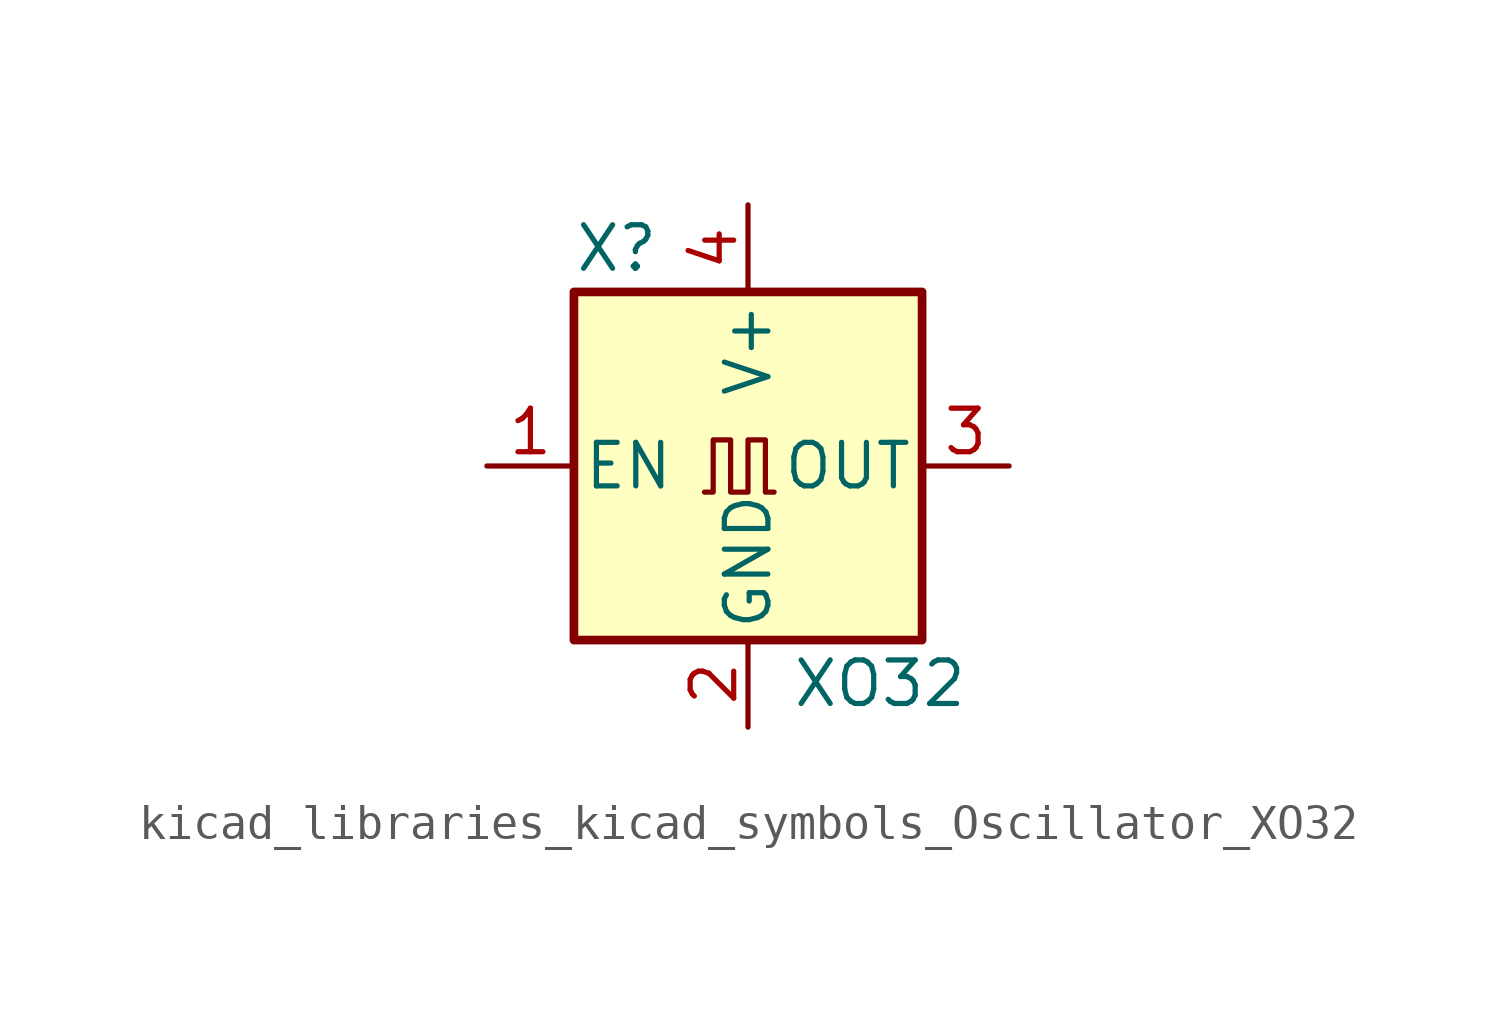
<source format=kicad_sym>
(kicad_symbol_lib
  (version 20220914)
  (generator kicad_symbol_editor)
  (symbol "kicad_libraries_kicad_symbols_Oscillator_XO32"
    (pin_names
      (offset 0.254))
    (property "Reference" "X"
      (at -5.08 6.35 0)
      (effects (font (size 1.27 1.27)) (justify left)))
    (property "Value" "XO32"
      (at 1.27 -6.35 0)
      (effects (font (size 1.27 1.27)) (justify left)))
    (symbol "kicad_libraries_kicad_symbols_Oscillator_XO32_0_1"
      (rectangle (start -5.08 5.08) (end 5.08 -5.08) (stroke (width 0.254) (type default)) (fill (type background)))
      (polyline (pts (xy -1.27 -0.762) (xy -1.016 -0.762) (xy -1.016 0.762) (xy -0.508 0.762) (xy -0.508 -0.762) (xy 0 -0.762) (xy 0 0.762) (xy 0.508 0.762) (xy 0.508 -0.762) (xy 0.762 -0.762)) (stroke (width 0) (type default)) (fill (type none))))
    (symbol "kicad_libraries_kicad_symbols_Oscillator_XO32_1_1"
      (pin input line (at -7.62 0 0) (length 2.54) (name "EN" (effects (font (size 1.27 1.27)))) (number "1" (effects (font (size 1.27 1.27)))))
      (pin power_in line (at 0 -7.62 90) (length 2.54) (name "GND" (effects (font (size 1.27 1.27)))) (number "2" (effects (font (size 1.27 1.27)))))
      (pin output line (at 7.62 0 180) (length 2.54) (name "OUT" (effects (font (size 1.27 1.27)))) (number "3" (effects (font (size 1.27 1.27)))))
      (pin power_in line (at 0 7.62 270) (length 2.54) (name "V+" (effects (font (size 1.27 1.27)))) (number "4" (effects (font (size 1.27 1.27))))))))
</source>
